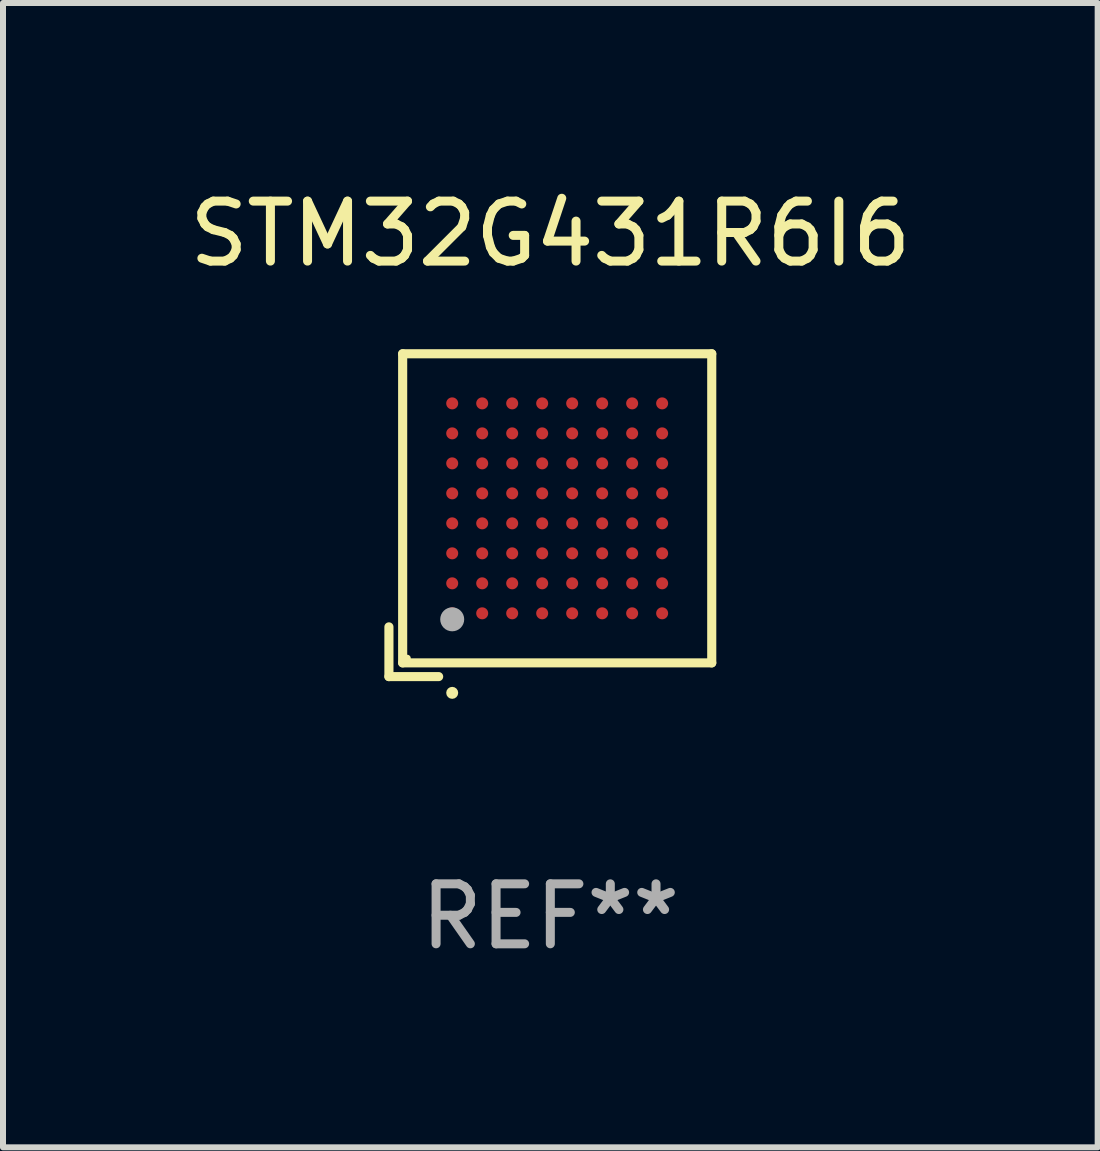
<source format=kicad_pcb>
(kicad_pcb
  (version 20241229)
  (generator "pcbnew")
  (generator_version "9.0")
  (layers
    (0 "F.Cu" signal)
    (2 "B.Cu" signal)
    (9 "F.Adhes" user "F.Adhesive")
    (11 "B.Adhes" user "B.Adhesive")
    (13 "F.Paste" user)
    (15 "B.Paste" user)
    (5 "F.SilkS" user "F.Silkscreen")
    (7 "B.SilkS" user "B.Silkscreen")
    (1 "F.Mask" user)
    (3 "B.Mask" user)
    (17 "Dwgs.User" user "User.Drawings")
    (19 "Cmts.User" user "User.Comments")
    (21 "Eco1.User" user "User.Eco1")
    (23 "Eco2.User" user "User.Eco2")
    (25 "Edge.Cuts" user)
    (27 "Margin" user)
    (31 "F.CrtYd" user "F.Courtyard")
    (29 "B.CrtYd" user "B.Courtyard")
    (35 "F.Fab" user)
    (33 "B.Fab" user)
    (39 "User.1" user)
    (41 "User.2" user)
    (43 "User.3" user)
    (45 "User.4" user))
  (footprint "STM32G431R6I6"
    (layer "F.Cu")
    (at 6.125 5.539)
    (property "Reference" "STM32G431R6I6" (at 0 -4.691 0) (layer "F.SilkS") (effects (font (size 1 1) (thickness 0.15))))
    (attr through_hole)
    (fp_line (start -2.691 1.862) (end -2.691 2.691) (stroke (width 0.152) (type solid)) (layer "F.SilkS"))
    (fp_line (start -2.691 2.691) (end -1.862 2.691) (stroke (width 0.152) (type solid)) (layer "F.SilkS"))
    (fp_line (start -2.462 -2.691) (end 2.691 -2.691) (stroke (width 0.152) (type solid)) (layer "F.SilkS"))
    (fp_line (start -2.462 2.462) (end -2.462 -2.691) (stroke (width 0.152) (type solid)) (layer "F.SilkS"))
    (fp_line (start 2.691 -2.691) (end 2.691 2.462) (stroke (width 0.152) (type solid)) (layer "F.SilkS"))
    (fp_line (start 2.691 2.462) (end -2.462 2.462) (stroke (width 0.152) (type solid)) (layer "F.SilkS"))
    (fp_circle (center -2.386 2.386) (end -2.356 2.386) (stroke (width 0.06) (type solid)) (fill no) (layer "F.SilkS"))
    (fp_circle (center -1.636 2.962) (end -1.586 2.962) (stroke (width 0.1) (type solid)) (fill no) (layer "F.SilkS"))
    (fp_circle (center -1.636 1.736) (end -1.536 1.736) (stroke (width 0.2) (type solid)) (fill no) (layer "F.Fab"))
    (fp_text user "REF**" (at 0 6.691 0) (layer "F.Fab") (effects (font (size 1 1) (thickness 0.15))))
    (pad "A1" smd circle (at -1.636 1.636) (size 0.2 0.2) (layers "F.Cu" "F.Mask" "F.Paste"))
    (pad "A2" smd circle (at -1.636 1.136) (size 0.2 0.2) (layers "F.Cu" "F.Mask" "F.Paste"))
    (pad "A3" smd circle (at -1.636 0.636) (size 0.2 0.2) (layers "F.Cu" "F.Mask" "F.Paste"))
    (pad "A4" smd circle (at -1.636 0.136) (size 0.2 0.2) (layers "F.Cu" "F.Mask" "F.Paste"))
    (pad "A5" smd circle (at -1.636 -0.364) (size 0.2 0.2) (layers "F.Cu" "F.Mask" "F.Paste"))
    (pad "A6" smd circle (at -1.636 -0.864) (size 0.2 0.2) (layers "F.Cu" "F.Mask" "F.Paste"))
    (pad "A7" smd circle (at -1.636 -1.364) (size 0.2 0.2) (layers "F.Cu" "F.Mask" "F.Paste"))
    (pad "A8" smd circle (at -1.636 -1.864) (size 0.2 0.2) (layers "F.Cu" "F.Mask" "F.Paste"))
    (pad "B1" smd circle (at -1.136 1.636) (size 0.2 0.2) (layers "F.Cu" "F.Mask" "F.Paste"))
    (pad "B2" smd circle (at -1.136 1.136) (size 0.2 0.2) (layers "F.Cu" "F.Mask" "F.Paste"))
    (pad "B3" smd circle (at -1.136 0.636) (size 0.2 0.2) (layers "F.Cu" "F.Mask" "F.Paste"))
    (pad "B4" smd circle (at -1.136 0.136) (size 0.2 0.2) (layers "F.Cu" "F.Mask" "F.Paste"))
    (pad "B5" smd circle (at -1.136 -0.364) (size 0.2 0.2) (layers "F.Cu" "F.Mask" "F.Paste"))
    (pad "B6" smd circle (at -1.136 -0.864) (size 0.2 0.2) (layers "F.Cu" "F.Mask" "F.Paste"))
    (pad "B7" smd circle (at -1.136 -1.364) (size 0.2 0.2) (layers "F.Cu" "F.Mask" "F.Paste"))
    (pad "B8" smd circle (at -1.136 -1.864) (size 0.2 0.2) (layers "F.Cu" "F.Mask" "F.Paste"))
    (pad "C1" smd circle (at -0.636 1.636) (size 0.2 0.2) (layers "F.Cu" "F.Mask" "F.Paste"))
    (pad "C2" smd circle (at -0.636 1.136) (size 0.2 0.2) (layers "F.Cu" "F.Mask" "F.Paste"))
    (pad "C3" smd circle (at -0.636 0.636) (size 0.2 0.2) (layers "F.Cu" "F.Mask" "F.Paste"))
    (pad "C4" smd circle (at -0.636 0.136) (size 0.2 0.2) (layers "F.Cu" "F.Mask" "F.Paste"))
    (pad "C5" smd circle (at -0.636 -0.364) (size 0.2 0.2) (layers "F.Cu" "F.Mask" "F.Paste"))
    (pad "C6" smd circle (at -0.636 -0.864) (size 0.2 0.2) (layers "F.Cu" "F.Mask" "F.Paste"))
    (pad "C7" smd circle (at -0.636 -1.364) (size 0.2 0.2) (layers "F.Cu" "F.Mask" "F.Paste"))
    (pad "C8" smd circle (at -0.636 -1.864) (size 0.2 0.2) (layers "F.Cu" "F.Mask" "F.Paste"))
    (pad "D1" smd circle (at -0.136 1.636) (size 0.2 0.2) (layers "F.Cu" "F.Mask" "F.Paste"))
    (pad "D2" smd circle (at -0.136 1.136) (size 0.2 0.2) (layers "F.Cu" "F.Mask" "F.Paste"))
    (pad "D3" smd circle (at -0.136 0.636) (size 0.2 0.2) (layers "F.Cu" "F.Mask" "F.Paste"))
    (pad "D4" smd circle (at -0.136 0.136) (size 0.2 0.2) (layers "F.Cu" "F.Mask" "F.Paste"))
    (pad "D5" smd circle (at -0.136 -0.364) (size 0.2 0.2) (layers "F.Cu" "F.Mask" "F.Paste"))
    (pad "D6" smd circle (at -0.136 -0.864) (size 0.2 0.2) (layers "F.Cu" "F.Mask" "F.Paste"))
    (pad "D7" smd circle (at -0.136 -1.364) (size 0.2 0.2) (layers "F.Cu" "F.Mask" "F.Paste"))
    (pad "D8" smd circle (at -0.136 -1.864) (size 0.2 0.2) (layers "F.Cu" "F.Mask" "F.Paste"))
    (pad "E1" smd circle (at 0.364 1.636) (size 0.2 0.2) (layers "F.Cu" "F.Mask" "F.Paste"))
    (pad "E2" smd circle (at 0.364 1.136) (size 0.2 0.2) (layers "F.Cu" "F.Mask" "F.Paste"))
    (pad "E3" smd circle (at 0.364 0.636) (size 0.2 0.2) (layers "F.Cu" "F.Mask" "F.Paste"))
    (pad "E4" smd circle (at 0.364 0.136) (size 0.2 0.2) (layers "F.Cu" "F.Mask" "F.Paste"))
    (pad "E5" smd circle (at 0.364 -0.364) (size 0.2 0.2) (layers "F.Cu" "F.Mask" "F.Paste"))
    (pad "E6" smd circle (at 0.364 -0.864) (size 0.2 0.2) (layers "F.Cu" "F.Mask" "F.Paste"))
    (pad "E7" smd circle (at 0.364 -1.364) (size 0.2 0.2) (layers "F.Cu" "F.Mask" "F.Paste"))
    (pad "E8" smd circle (at 0.364 -1.864) (size 0.2 0.2) (layers "F.Cu" "F.Mask" "F.Paste"))
    (pad "F1" smd circle (at 0.864 1.636) (size 0.2 0.2) (layers "F.Cu" "F.Mask" "F.Paste"))
    (pad "F2" smd circle (at 0.864 1.136) (size 0.2 0.2) (layers "F.Cu" "F.Mask" "F.Paste"))
    (pad "F3" smd circle (at 0.864 0.636) (size 0.2 0.2) (layers "F.Cu" "F.Mask" "F.Paste"))
    (pad "F4" smd circle (at 0.864 0.136) (size 0.2 0.2) (layers "F.Cu" "F.Mask" "F.Paste"))
    (pad "F5" smd circle (at 0.864 -0.364) (size 0.2 0.2) (layers "F.Cu" "F.Mask" "F.Paste"))
    (pad "F6" smd circle (at 0.864 -0.864) (size 0.2 0.2) (layers "F.Cu" "F.Mask" "F.Paste"))
    (pad "F7" smd circle (at 0.864 -1.364) (size 0.2 0.2) (layers "F.Cu" "F.Mask" "F.Paste"))
    (pad "F8" smd circle (at 0.864 -1.864) (size 0.2 0.2) (layers "F.Cu" "F.Mask" "F.Paste"))
    (pad "G1" smd circle (at 1.364 1.636) (size 0.2 0.2) (layers "F.Cu" "F.Mask" "F.Paste"))
    (pad "G2" smd circle (at 1.364 1.136) (size 0.2 0.2) (layers "F.Cu" "F.Mask" "F.Paste"))
    (pad "G3" smd circle (at 1.364 0.636) (size 0.2 0.2) (layers "F.Cu" "F.Mask" "F.Paste"))
    (pad "G4" smd circle (at 1.364 0.136) (size 0.2 0.2) (layers "F.Cu" "F.Mask" "F.Paste"))
    (pad "G5" smd circle (at 1.364 -0.364) (size 0.2 0.2) (layers "F.Cu" "F.Mask" "F.Paste"))
    (pad "G6" smd circle (at 1.364 -0.864) (size 0.2 0.2) (layers "F.Cu" "F.Mask" "F.Paste"))
    (pad "G7" smd circle (at 1.364 -1.364) (size 0.2 0.2) (layers "F.Cu" "F.Mask" "F.Paste"))
    (pad "G8" smd circle (at 1.364 -1.864) (size 0.2 0.2) (layers "F.Cu" "F.Mask" "F.Paste"))
    (pad "H1" smd circle (at 1.864 1.636) (size 0.2 0.2) (layers "F.Cu" "F.Mask" "F.Paste"))
    (pad "H2" smd circle (at 1.864 1.136) (size 0.2 0.2) (layers "F.Cu" "F.Mask" "F.Paste"))
    (pad "H3" smd circle (at 1.864 0.636) (size 0.2 0.2) (layers "F.Cu" "F.Mask" "F.Paste"))
    (pad "H4" smd circle (at 1.864 0.136) (size 0.2 0.2) (layers "F.Cu" "F.Mask" "F.Paste"))
    (pad "H5" smd circle (at 1.864 -0.364) (size 0.2 0.2) (layers "F.Cu" "F.Mask" "F.Paste"))
    (pad "H6" smd circle (at 1.864 -0.864) (size 0.2 0.2) (layers "F.Cu" "F.Mask" "F.Paste"))
    (pad "H7" smd circle (at 1.864 -1.364) (size 0.2 0.2) (layers "F.Cu" "F.Mask" "F.Paste"))
    (pad "H8" smd circle (at 1.864 -1.864) (size 0.2 0.2) (layers "F.Cu" "F.Mask" "F.Paste")))
  (gr_rect
    (start -3 -3)
    (end 15.25 16.078)
    (stroke (width 0.1) (type default))
    (fill no)
    (layer "Edge.Cuts")))
</source>
